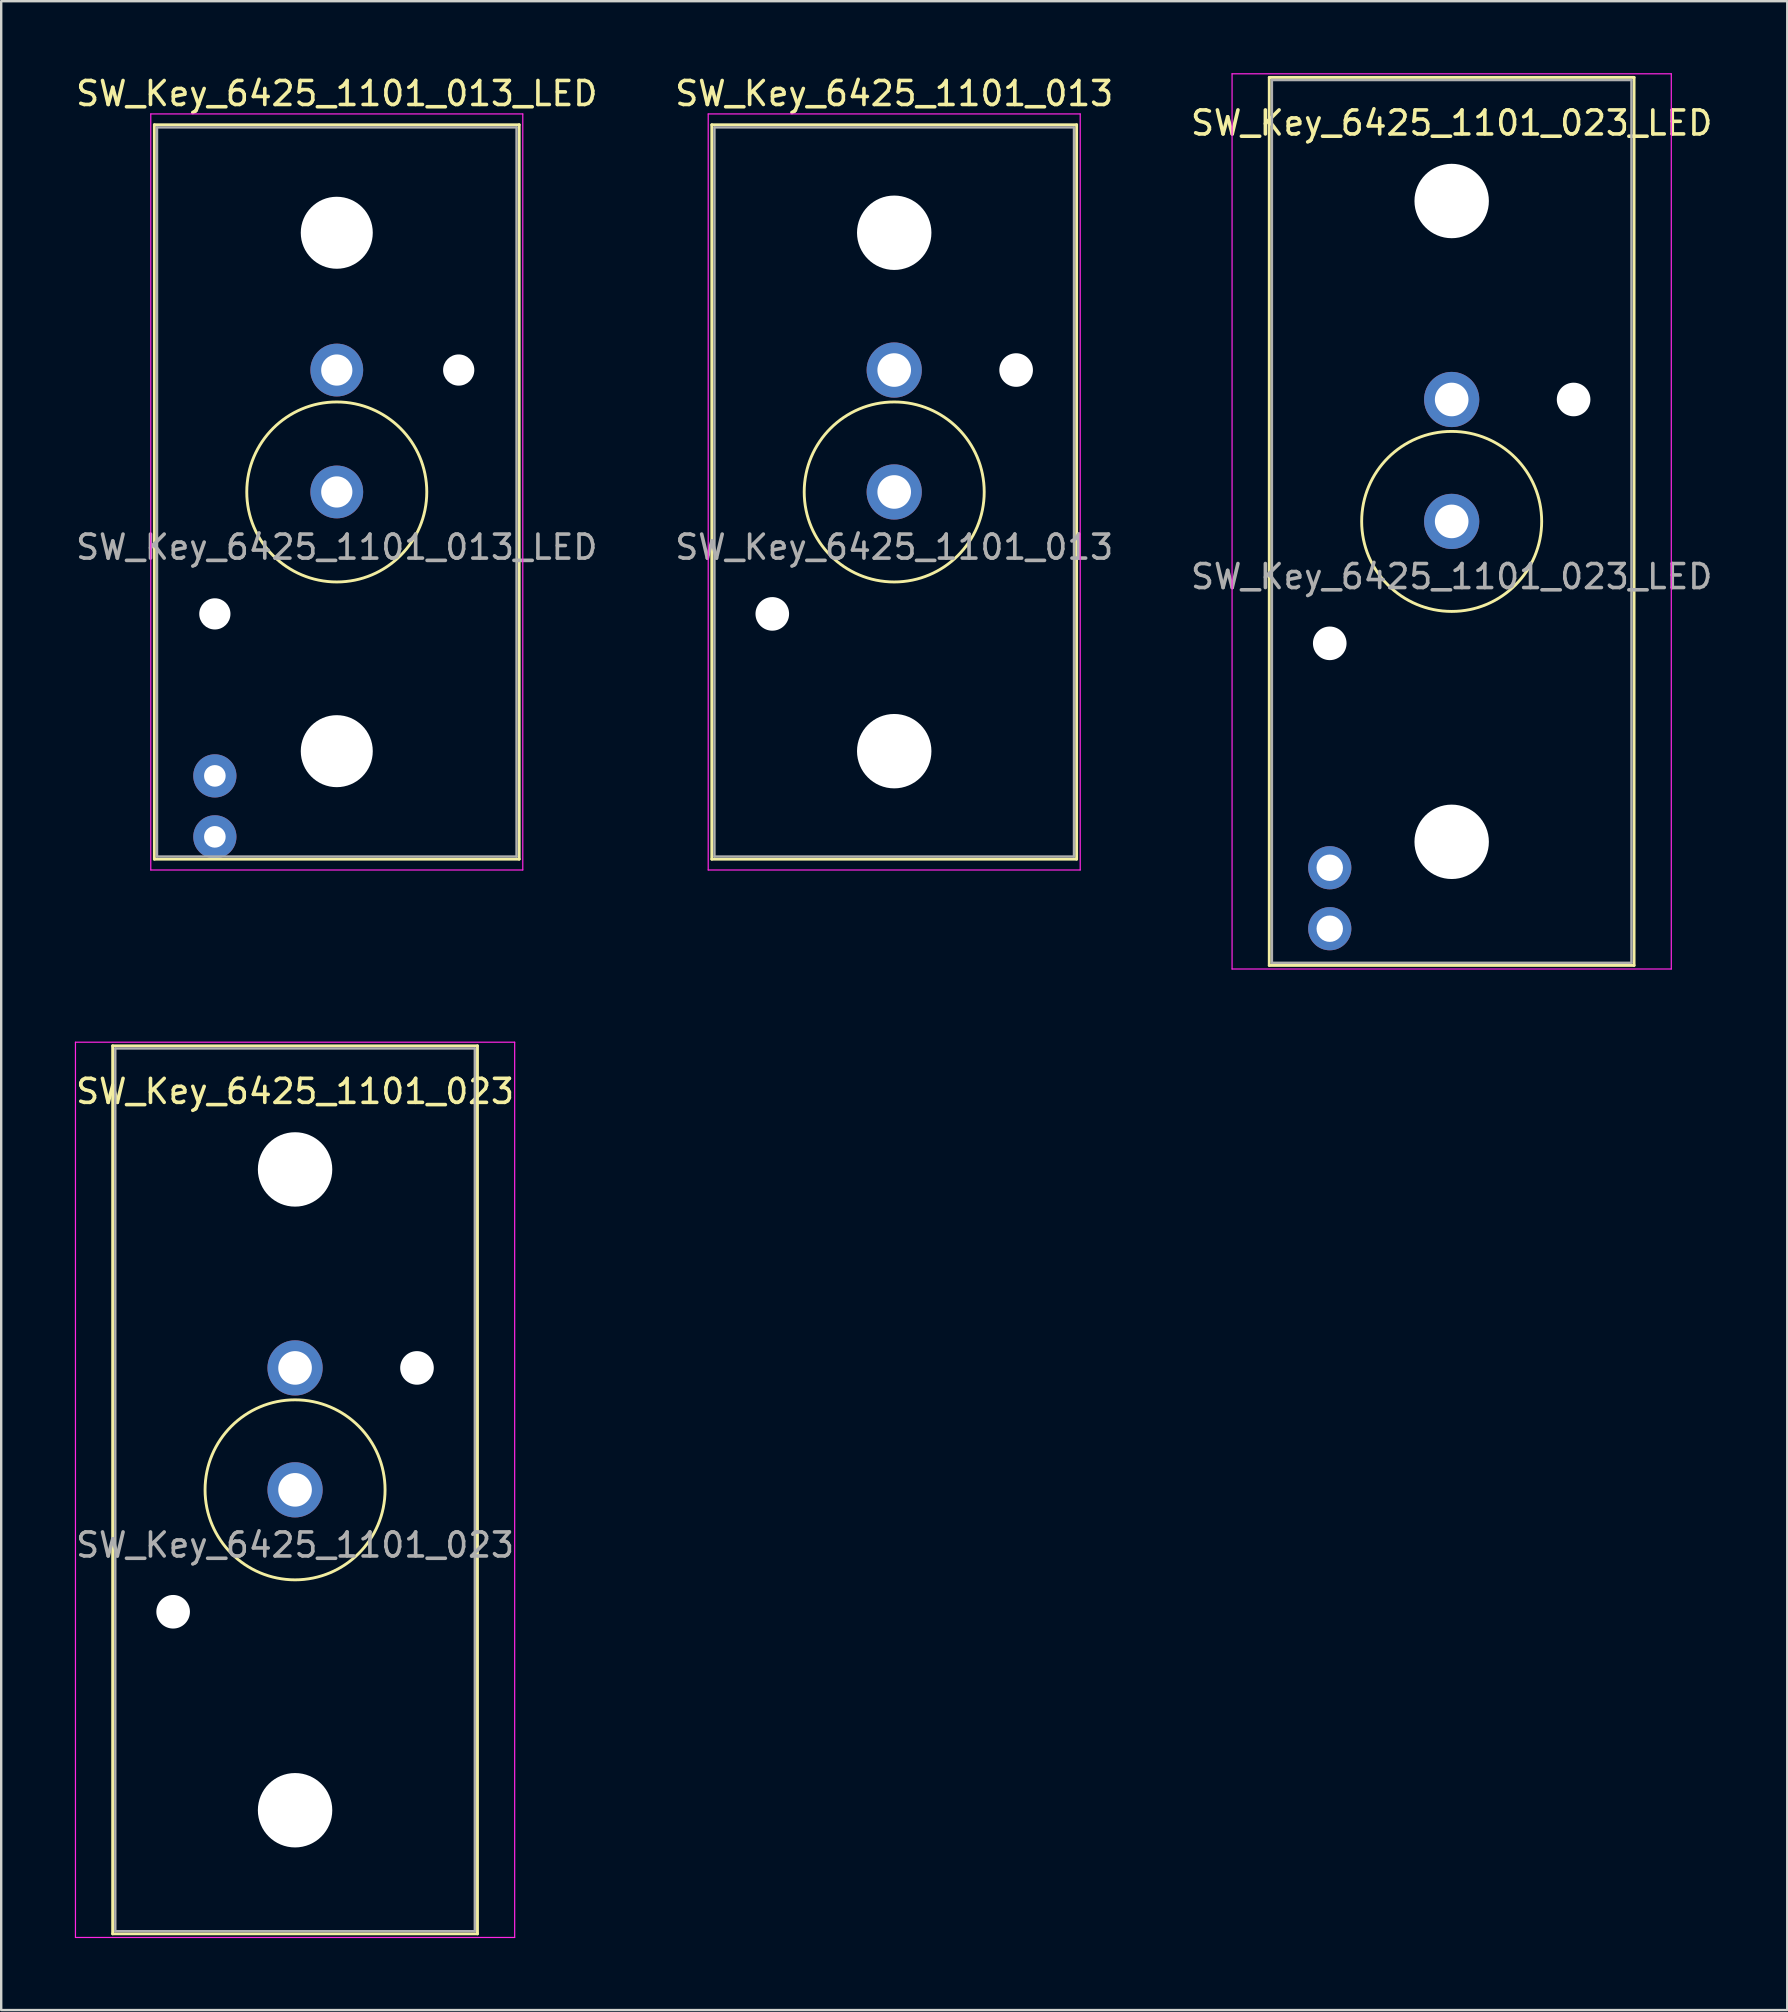
<source format=kicad_pcb>
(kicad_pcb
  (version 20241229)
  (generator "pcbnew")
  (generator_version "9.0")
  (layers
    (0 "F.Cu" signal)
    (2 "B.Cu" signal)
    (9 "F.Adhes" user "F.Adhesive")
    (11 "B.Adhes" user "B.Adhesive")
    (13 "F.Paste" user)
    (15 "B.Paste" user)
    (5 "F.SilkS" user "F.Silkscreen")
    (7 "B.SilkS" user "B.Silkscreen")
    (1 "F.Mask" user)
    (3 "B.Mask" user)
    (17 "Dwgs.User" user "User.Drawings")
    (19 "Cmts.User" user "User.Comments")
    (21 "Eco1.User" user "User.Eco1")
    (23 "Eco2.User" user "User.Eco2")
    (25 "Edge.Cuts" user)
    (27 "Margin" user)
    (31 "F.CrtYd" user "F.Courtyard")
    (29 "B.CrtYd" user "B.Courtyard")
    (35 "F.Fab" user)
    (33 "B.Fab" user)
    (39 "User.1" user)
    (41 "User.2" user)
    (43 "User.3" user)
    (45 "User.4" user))
  (footprint "SW_Key_6425_1101_023"
    (layer "F.Cu")
    (at 9.244 59.025)
    (property "Reference" "SW_Key_6425_1101_023" (at 0 -16.6 0) (layer "F.SilkS") (effects (font (size 1 1) (thickness 0.15))))
    (attr through_hole)
    (fp_line (start -7.6 -18.5) (end -7.6 18.5) (stroke (width 0.12) (type solid)) (layer "F.SilkS"))
    (fp_line (start -7.6 -18.5) (end 7.6 -18.5) (stroke (width 0.12) (type solid)) (layer "F.SilkS"))
    (fp_line (start 7.6 -18.5) (end 7.6 18.5) (stroke (width 0.12) (type solid)) (layer "F.SilkS"))
    (fp_line (start 7.6 18.5) (end -7.6 18.5) (stroke (width 0.12) (type solid)) (layer "F.SilkS"))
    (fp_circle (center 0 0) (end 3.75 0) (stroke (width 0.12) (type solid)) (fill no) (layer "F.SilkS"))
    (fp_line (start -9.15 -18.65) (end -9.15 18.65) (stroke (width 0.05) (type solid)) (layer "F.CrtYd"))
    (fp_line (start -9.15 -18.65) (end 9.15 -18.65) (stroke (width 0.05) (type solid)) (layer "F.CrtYd"))
    (fp_line (start 9.15 18.65) (end -9.15 18.65) (stroke (width 0.05) (type solid)) (layer "F.CrtYd"))
    (fp_line (start 9.15 18.65) (end 9.15 -18.65) (stroke (width 0.05) (type solid)) (layer "F.CrtYd"))
    (fp_line (start -7.49 -18.39) (end 7.49 -18.39) (stroke (width 0.1) (type solid)) (layer "F.Fab"))
    (fp_line (start -7.49 18.39) (end -7.49 -18.39) (stroke (width 0.1) (type solid)) (layer "F.Fab"))
    (fp_line (start 7.49 -18.39) (end 7.49 18.39) (stroke (width 0.1) (type solid)) (layer "F.Fab"))
    (fp_line (start 7.49 18.39) (end -7.49 18.39) (stroke (width 0.1) (type solid)) (layer "F.Fab"))
    (fp_text user "${REFERENCE}" (at 0 2.3 0) (layer "F.Fab") (effects (font (size 1 1) (thickness 0.15))))
    (pad "" np_thru_hole circle (at -5.08 5.08) (size 1.4 1.4) (drill 1.4) (layers "*.Cu" "*.Mask"))
    (pad "" np_thru_hole circle (at 0 -13.35) (size 3.1 3.1) (drill 3.1) (layers "*.Cu" "*.Mask"))
    (pad "" np_thru_hole circle (at 0 13.35) (size 3.1 3.1) (drill 3.1) (layers "*.Cu" "*.Mask"))
    (pad "" np_thru_hole circle (at 5.08 -5.08) (size 1.4 1.4) (drill 1.4) (layers "*.Cu" "*.Mask"))
    (pad "1" thru_hole circle (at 0 0) (size 2.3 2.3) (drill 1.4) (layers "*.Cu" "*.Mask"))
    (pad "2" thru_hole circle (at 0 -5.08) (size 2.3 2.3) (drill 1.4) (layers "*.Cu" "*.Mask")))
  (footprint "SW_Key_6425_1101_013"
    (layer "F.Cu")
    (at 34.208 17.448)
    (property "Reference" "SW_Key_6425_1101_013" (at 0 -16.6 0) (layer "F.SilkS") (effects (font (size 1 1) (thickness 0.15))))
    (attr through_hole)
    (fp_line (start -7.6 -15.3) (end -7.6 15.3) (stroke (width 0.12) (type solid)) (layer "F.SilkS"))
    (fp_line (start -7.6 -15.3) (end 7.6 -15.3) (stroke (width 0.12) (type solid)) (layer "F.SilkS"))
    (fp_line (start 7.6 -15.3) (end 7.6 15.3) (stroke (width 0.12) (type solid)) (layer "F.SilkS"))
    (fp_line (start 7.6 15.3) (end -7.6 15.3) (stroke (width 0.12) (type solid)) (layer "F.SilkS"))
    (fp_circle (center 0 0) (end 3.75 0) (stroke (width 0.12) (type solid)) (fill no) (layer "F.SilkS"))
    (fp_line (start -7.75 -15.75) (end -7.75 15.75) (stroke (width 0.05) (type solid)) (layer "F.CrtYd"))
    (fp_line (start -7.75 -15.75) (end 7.75 -15.75) (stroke (width 0.05) (type solid)) (layer "F.CrtYd"))
    (fp_line (start 7.75 15.75) (end -7.75 15.75) (stroke (width 0.05) (type solid)) (layer "F.CrtYd"))
    (fp_line (start 7.75 15.75) (end 7.75 -15.75) (stroke (width 0.05) (type solid)) (layer "F.CrtYd"))
    (fp_line (start -7.49 -15.19) (end 7.49 -15.19) (stroke (width 0.1) (type solid)) (layer "F.Fab"))
    (fp_line (start -7.49 15.19) (end -7.49 -15.19) (stroke (width 0.1) (type solid)) (layer "F.Fab"))
    (fp_line (start 7.49 -15.19) (end 7.49 15.19) (stroke (width 0.1) (type solid)) (layer "F.Fab"))
    (fp_line (start 7.49 15.19) (end -7.49 15.19) (stroke (width 0.1) (type solid)) (layer "F.Fab"))
    (fp_text user "${REFERENCE}" (at 0 2.3 0) (layer "F.Fab") (effects (font (size 1 1) (thickness 0.15))))
    (pad "" np_thru_hole circle (at -5.08 5.08) (size 1.4 1.4) (drill 1.4) (layers "*.Cu" "*.Mask"))
    (pad "" np_thru_hole circle (at 0 -10.8) (size 3.1 3.1) (drill 3.1) (layers "*.Cu" "*.Mask"))
    (pad "" np_thru_hole circle (at 0 10.8) (size 3.1 3.1) (drill 3.1) (layers "*.Cu" "*.Mask"))
    (pad "" np_thru_hole circle (at 5.08 -5.08) (size 1.4 1.4) (drill 1.4) (layers "*.Cu" "*.Mask"))
    (pad "1" thru_hole circle (at 0 0) (size 2.3 2.3) (drill 1.4) (layers "*.Cu" "*.Mask"))
    (pad "2" thru_hole circle (at 0 -5.08) (size 2.3 2.3) (drill 1.4) (layers "*.Cu" "*.Mask")))
  (footprint "SW_Key_6425_1101_023_LED"
    (layer "F.Cu")
    (at 57.435 18.675)
    (property "Reference" "SW_Key_6425_1101_023_LED" (at 0 -16.6 0) (layer "F.SilkS") (effects (font (size 1 1) (thickness 0.15))))
    (attr through_hole)
    (fp_line (start -7.6 -18.5) (end -7.6 18.5) (stroke (width 0.12) (type solid)) (layer "F.SilkS"))
    (fp_line (start -7.6 -18.5) (end 7.6 -18.5) (stroke (width 0.12) (type solid)) (layer "F.SilkS"))
    (fp_line (start 7.6 -18.5) (end 7.6 18.5) (stroke (width 0.12) (type solid)) (layer "F.SilkS"))
    (fp_line (start 7.6 18.5) (end -7.6 18.5) (stroke (width 0.12) (type solid)) (layer "F.SilkS"))
    (fp_circle (center 0 0) (end 3.75 0) (stroke (width 0.12) (type solid)) (fill no) (layer "F.SilkS"))
    (fp_line (start -9.15 -18.65) (end -9.15 18.65) (stroke (width 0.05) (type solid)) (layer "F.CrtYd"))
    (fp_line (start -9.15 -18.65) (end 9.15 -18.65) (stroke (width 0.05) (type solid)) (layer "F.CrtYd"))
    (fp_line (start 9.15 18.65) (end -9.15 18.65) (stroke (width 0.05) (type solid)) (layer "F.CrtYd"))
    (fp_line (start 9.15 18.65) (end 9.15 -18.65) (stroke (width 0.05) (type solid)) (layer "F.CrtYd"))
    (fp_line (start -7.49 -18.39) (end 7.49 -18.39) (stroke (width 0.1) (type solid)) (layer "F.Fab"))
    (fp_line (start -7.49 18.39) (end -7.49 -18.39) (stroke (width 0.1) (type solid)) (layer "F.Fab"))
    (fp_line (start 7.49 -18.39) (end 7.49 18.39) (stroke (width 0.1) (type solid)) (layer "F.Fab"))
    (fp_line (start 7.49 18.39) (end -7.49 18.39) (stroke (width 0.1) (type solid)) (layer "F.Fab"))
    (fp_text user "${REFERENCE}" (at 0 2.3 0) (layer "F.Fab") (effects (font (size 1 1) (thickness 0.15))))
    (pad "" np_thru_hole circle (at -5.08 5.08) (size 1.4 1.4) (drill 1.4) (layers "*.Cu" "*.Mask"))
    (pad "" np_thru_hole circle (at 0 -13.35) (size 3.1 3.1) (drill 3.1) (layers "*.Cu" "*.Mask"))
    (pad "" np_thru_hole circle (at 0 13.35) (size 3.1 3.1) (drill 3.1) (layers "*.Cu" "*.Mask"))
    (pad "" np_thru_hole circle (at 5.08 -5.08) (size 1.4 1.4) (drill 1.4) (layers "*.Cu" "*.Mask"))
    (pad "1" thru_hole circle (at 0 0) (size 2.3 2.3) (drill 1.4) (layers "*.Cu" "*.Mask"))
    (pad "2" thru_hole circle (at 0 -5.08) (size 2.3 2.3) (drill 1.4) (layers "*.Cu" "*.Mask"))
    (pad "3" thru_hole circle (at -5.08 14.43) (size 1.8 1.8) (drill 1.1) (layers "*.Cu" "*.Mask"))
    (pad "4" thru_hole circle (at -5.08 16.97) (size 1.8 1.8) (drill 1.1) (layers "*.Cu" "*.Mask")))
  (footprint "SW_Key_6425_1101_013_LED"
    (layer "F.Cu")
    (at 10.982 17.448)
    (property "Reference" "SW_Key_6425_1101_013_LED" (at 0 -16.6 0) (layer "F.SilkS") (effects (font (size 1 1) (thickness 0.15))))
    (attr through_hole)
    (fp_line (start -7.6 -15.3) (end -7.6 15.3) (stroke (width 0.12) (type solid)) (layer "F.SilkS"))
    (fp_line (start -7.6 -15.3) (end 7.6 -15.3) (stroke (width 0.12) (type solid)) (layer "F.SilkS"))
    (fp_line (start 7.6 -15.3) (end 7.6 15.3) (stroke (width 0.12) (type solid)) (layer "F.SilkS"))
    (fp_line (start 7.6 15.3) (end -7.6 15.3) (stroke (width 0.12) (type solid)) (layer "F.SilkS"))
    (fp_circle (center 0 0) (end 3.75 0) (stroke (width 0.12) (type solid)) (fill no) (layer "F.SilkS"))
    (fp_line (start -7.75 -15.75) (end -7.75 15.75) (stroke (width 0.05) (type solid)) (layer "F.CrtYd"))
    (fp_line (start -7.75 -15.75) (end 7.75 -15.75) (stroke (width 0.05) (type solid)) (layer "F.CrtYd"))
    (fp_line (start 7.75 15.75) (end -7.75 15.75) (stroke (width 0.05) (type solid)) (layer "F.CrtYd"))
    (fp_line (start 7.75 15.75) (end 7.75 -15.75) (stroke (width 0.05) (type solid)) (layer "F.CrtYd"))
    (fp_line (start -7.49 -15.19) (end 7.49 -15.19) (stroke (width 0.1) (type solid)) (layer "F.Fab"))
    (fp_line (start -7.49 15.19) (end -7.49 -15.19) (stroke (width 0.1) (type solid)) (layer "F.Fab"))
    (fp_line (start 7.49 -15.19) (end 7.49 15.19) (stroke (width 0.1) (type solid)) (layer "F.Fab"))
    (fp_line (start 7.49 15.19) (end -7.49 15.19) (stroke (width 0.1) (type solid)) (layer "F.Fab"))
    (fp_text user "${REFERENCE}" (at 0 2.3 0) (layer "F.Fab") (effects (font (size 1 1) (thickness 0.15))))
    (pad "" np_thru_hole circle (at -5.08 5.08) (size 1.3 1.3) (drill 1.3) (layers "*.Cu" "*.Mask"))
    (pad "" np_thru_hole circle (at 0 -10.8) (size 3 3) (drill 3) (layers "*.Cu" "*.Mask"))
    (pad "" np_thru_hole circle (at 0 10.8) (size 3 3) (drill 3) (layers "*.Cu" "*.Mask"))
    (pad "" np_thru_hole circle (at 5.08 -5.08) (size 1.3 1.3) (drill 1.3) (layers "*.Cu" "*.Mask"))
    (pad "1" thru_hole circle (at 0 0) (size 2.2 2.2) (drill 1.3) (layers "*.Cu" "*.Mask"))
    (pad "2" thru_hole circle (at 0 -5.08) (size 2.2 2.2) (drill 1.3) (layers "*.Cu" "*.Mask"))
    (pad "3" thru_hole circle (at -5.08 11.83) (size 1.8 1.8) (drill 0.9) (layers "*.Cu" "*.Mask"))
    (pad "4" thru_hole circle (at -5.08 14.37) (size 1.8 1.8) (drill 0.9) (layers "*.Cu" "*.Mask")))
  (gr_rect
    (start -3 -3)
    (end 71.417 80.7)
    (stroke (width 0.1) (type default))
    (fill no)
    (layer "Edge.Cuts")))
</source>
